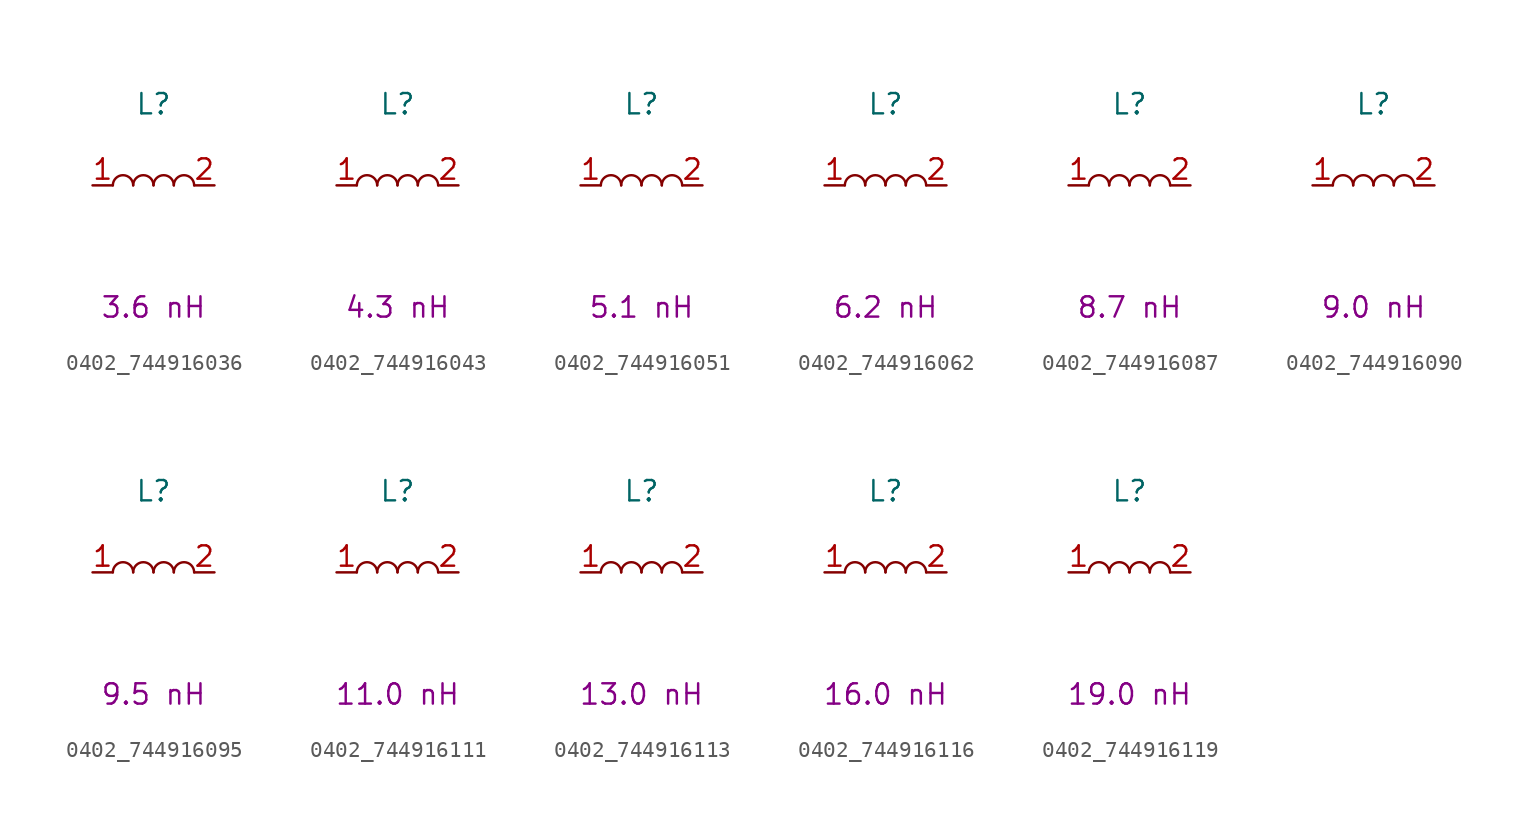
<source format=kicad_sym>
(kicad_symbol_lib
  (version 20220914)
  (generator kicad_symbol_editor)
  (symbol "0402_744916036"
    (pin_names hide)
    (property "Reference" "L"
      (at 0 5.08 0)
      (effects (font (size 1.27 1.27))))
    (property "Critical Parameter" "3.6 nH"
      (at 0 -7.62 0)
      (effects (font (size 1.27 1.27))))
    (symbol "0402_744916036_0_1"
      (arc (start -1.27 0) (mid -1.905 0.6323) (end -2.54 0) (stroke (width 0) (type default)) (fill (type none)))
      (arc (start 0 0) (mid -0.635 0.6323) (end -1.27 0) (stroke (width 0) (type default)) (fill (type none)))
      (arc (start 1.27 0) (mid 0.635 0.6323) (end 0 0) (stroke (width 0) (type default)) (fill (type none)))
      (arc (start 2.54 0) (mid 1.905 0.6323) (end 1.27 0) (stroke (width 0) (type default)) (fill (type none))))
    (symbol "0402_744916036_1_1"
      (pin passive line (at -3.81 0 0) (length 1.27) (name "1" (effects (font (size 1.27 1.27)))) (number "1" (effects (font (size 1.27 1.27)))))
      (pin passive line (at 3.81 0 180) (length 1.27) (name "2" (effects (font (size 1.27 1.27)))) (number "2" (effects (font (size 1.27 1.27)))))))
  (symbol "0402_744916043"
    (pin_names hide)
    (property "Reference" "L"
      (at 0 5.08 0)
      (effects (font (size 1.27 1.27))))
    (property "Critical Parameter" "4.3 nH"
      (at 0 -7.62 0)
      (effects (font (size 1.27 1.27))))
    (symbol "0402_744916043_0_1"
      (arc (start -1.27 0) (mid -1.905 0.6323) (end -2.54 0) (stroke (width 0) (type default)) (fill (type none)))
      (arc (start 0 0) (mid -0.635 0.6323) (end -1.27 0) (stroke (width 0) (type default)) (fill (type none)))
      (arc (start 1.27 0) (mid 0.635 0.6323) (end 0 0) (stroke (width 0) (type default)) (fill (type none)))
      (arc (start 2.54 0) (mid 1.905 0.6323) (end 1.27 0) (stroke (width 0) (type default)) (fill (type none))))
    (symbol "0402_744916043_1_1"
      (pin passive line (at -3.81 0 0) (length 1.27) (name "1" (effects (font (size 1.27 1.27)))) (number "1" (effects (font (size 1.27 1.27)))))
      (pin passive line (at 3.81 0 180) (length 1.27) (name "2" (effects (font (size 1.27 1.27)))) (number "2" (effects (font (size 1.27 1.27)))))))
  (symbol "0402_744916051"
    (pin_names hide)
    (property "Reference" "L"
      (at 0 5.08 0)
      (effects (font (size 1.27 1.27))))
    (property "Critical Parameter" "5.1 nH"
      (at 0 -7.62 0)
      (effects (font (size 1.27 1.27))))
    (symbol "0402_744916051_0_1"
      (arc (start -1.27 0) (mid -1.905 0.6323) (end -2.54 0) (stroke (width 0) (type default)) (fill (type none)))
      (arc (start 0 0) (mid -0.635 0.6323) (end -1.27 0) (stroke (width 0) (type default)) (fill (type none)))
      (arc (start 1.27 0) (mid 0.635 0.6323) (end 0 0) (stroke (width 0) (type default)) (fill (type none)))
      (arc (start 2.54 0) (mid 1.905 0.6323) (end 1.27 0) (stroke (width 0) (type default)) (fill (type none))))
    (symbol "0402_744916051_1_1"
      (pin passive line (at -3.81 0 0) (length 1.27) (name "1" (effects (font (size 1.27 1.27)))) (number "1" (effects (font (size 1.27 1.27)))))
      (pin passive line (at 3.81 0 180) (length 1.27) (name "2" (effects (font (size 1.27 1.27)))) (number "2" (effects (font (size 1.27 1.27)))))))
  (symbol "0402_744916062"
    (pin_names hide)
    (property "Reference" "L"
      (at 0 5.08 0)
      (effects (font (size 1.27 1.27))))
    (property "Critical Parameter" "6.2 nH"
      (at 0 -7.62 0)
      (effects (font (size 1.27 1.27))))
    (symbol "0402_744916062_0_1"
      (arc (start -1.27 0) (mid -1.905 0.6323) (end -2.54 0) (stroke (width 0) (type default)) (fill (type none)))
      (arc (start 0 0) (mid -0.635 0.6323) (end -1.27 0) (stroke (width 0) (type default)) (fill (type none)))
      (arc (start 1.27 0) (mid 0.635 0.6323) (end 0 0) (stroke (width 0) (type default)) (fill (type none)))
      (arc (start 2.54 0) (mid 1.905 0.6323) (end 1.27 0) (stroke (width 0) (type default)) (fill (type none))))
    (symbol "0402_744916062_1_1"
      (pin passive line (at -3.81 0 0) (length 1.27) (name "1" (effects (font (size 1.27 1.27)))) (number "1" (effects (font (size 1.27 1.27)))))
      (pin passive line (at 3.81 0 180) (length 1.27) (name "2" (effects (font (size 1.27 1.27)))) (number "2" (effects (font (size 1.27 1.27)))))))
  (symbol "0402_744916087"
    (pin_names hide)
    (property "Reference" "L"
      (at 0 5.08 0)
      (effects (font (size 1.27 1.27))))
    (property "Critical Parameter" "8.7 nH"
      (at 0 -7.62 0)
      (effects (font (size 1.27 1.27))))
    (symbol "0402_744916087_0_1"
      (arc (start -1.27 0) (mid -1.905 0.6323) (end -2.54 0) (stroke (width 0) (type default)) (fill (type none)))
      (arc (start 0 0) (mid -0.635 0.6323) (end -1.27 0) (stroke (width 0) (type default)) (fill (type none)))
      (arc (start 1.27 0) (mid 0.635 0.6323) (end 0 0) (stroke (width 0) (type default)) (fill (type none)))
      (arc (start 2.54 0) (mid 1.905 0.6323) (end 1.27 0) (stroke (width 0) (type default)) (fill (type none))))
    (symbol "0402_744916087_1_1"
      (pin passive line (at -3.81 0 0) (length 1.27) (name "1" (effects (font (size 1.27 1.27)))) (number "1" (effects (font (size 1.27 1.27)))))
      (pin passive line (at 3.81 0 180) (length 1.27) (name "2" (effects (font (size 1.27 1.27)))) (number "2" (effects (font (size 1.27 1.27)))))))
  (symbol "0402_744916090"
    (pin_names hide)
    (property "Reference" "L"
      (at 0 5.08 0)
      (effects (font (size 1.27 1.27))))
    (property "Critical Parameter" "9.0 nH"
      (at 0 -7.62 0)
      (effects (font (size 1.27 1.27))))
    (symbol "0402_744916090_0_1"
      (arc (start -1.27 0) (mid -1.905 0.6323) (end -2.54 0) (stroke (width 0) (type default)) (fill (type none)))
      (arc (start 0 0) (mid -0.635 0.6323) (end -1.27 0) (stroke (width 0) (type default)) (fill (type none)))
      (arc (start 1.27 0) (mid 0.635 0.6323) (end 0 0) (stroke (width 0) (type default)) (fill (type none)))
      (arc (start 2.54 0) (mid 1.905 0.6323) (end 1.27 0) (stroke (width 0) (type default)) (fill (type none))))
    (symbol "0402_744916090_1_1"
      (pin passive line (at -3.81 0 0) (length 1.27) (name "1" (effects (font (size 1.27 1.27)))) (number "1" (effects (font (size 1.27 1.27)))))
      (pin passive line (at 3.81 0 180) (length 1.27) (name "2" (effects (font (size 1.27 1.27)))) (number "2" (effects (font (size 1.27 1.27)))))))
  (symbol "0402_744916095"
    (pin_names hide)
    (property "Reference" "L"
      (at 0 5.08 0)
      (effects (font (size 1.27 1.27))))
    (property "Critical Parameter" "9.5 nH"
      (at 0 -7.62 0)
      (effects (font (size 1.27 1.27))))
    (symbol "0402_744916095_0_1"
      (arc (start -1.27 0) (mid -1.905 0.6323) (end -2.54 0) (stroke (width 0) (type default)) (fill (type none)))
      (arc (start 0 0) (mid -0.635 0.6323) (end -1.27 0) (stroke (width 0) (type default)) (fill (type none)))
      (arc (start 1.27 0) (mid 0.635 0.6323) (end 0 0) (stroke (width 0) (type default)) (fill (type none)))
      (arc (start 2.54 0) (mid 1.905 0.6323) (end 1.27 0) (stroke (width 0) (type default)) (fill (type none))))
    (symbol "0402_744916095_1_1"
      (pin passive line (at -3.81 0 0) (length 1.27) (name "1" (effects (font (size 1.27 1.27)))) (number "1" (effects (font (size 1.27 1.27)))))
      (pin passive line (at 3.81 0 180) (length 1.27) (name "2" (effects (font (size 1.27 1.27)))) (number "2" (effects (font (size 1.27 1.27)))))))
  (symbol "0402_744916111"
    (pin_names hide)
    (property "Reference" "L"
      (at 0 5.08 0)
      (effects (font (size 1.27 1.27))))
    (property "Critical Parameter" "11.0 nH"
      (at 0 -7.62 0)
      (effects (font (size 1.27 1.27))))
    (symbol "0402_744916111_0_1"
      (arc (start -1.27 0) (mid -1.905 0.6323) (end -2.54 0) (stroke (width 0) (type default)) (fill (type none)))
      (arc (start 0 0) (mid -0.635 0.6323) (end -1.27 0) (stroke (width 0) (type default)) (fill (type none)))
      (arc (start 1.27 0) (mid 0.635 0.6323) (end 0 0) (stroke (width 0) (type default)) (fill (type none)))
      (arc (start 2.54 0) (mid 1.905 0.6323) (end 1.27 0) (stroke (width 0) (type default)) (fill (type none))))
    (symbol "0402_744916111_1_1"
      (pin passive line (at -3.81 0 0) (length 1.27) (name "1" (effects (font (size 1.27 1.27)))) (number "1" (effects (font (size 1.27 1.27)))))
      (pin passive line (at 3.81 0 180) (length 1.27) (name "2" (effects (font (size 1.27 1.27)))) (number "2" (effects (font (size 1.27 1.27)))))))
  (symbol "0402_744916113"
    (pin_names hide)
    (property "Reference" "L"
      (at 0 5.08 0)
      (effects (font (size 1.27 1.27))))
    (property "Critical Parameter" "13.0 nH"
      (at 0 -7.62 0)
      (effects (font (size 1.27 1.27))))
    (symbol "0402_744916113_0_1"
      (arc (start -1.27 0) (mid -1.905 0.6323) (end -2.54 0) (stroke (width 0) (type default)) (fill (type none)))
      (arc (start 0 0) (mid -0.635 0.6323) (end -1.27 0) (stroke (width 0) (type default)) (fill (type none)))
      (arc (start 1.27 0) (mid 0.635 0.6323) (end 0 0) (stroke (width 0) (type default)) (fill (type none)))
      (arc (start 2.54 0) (mid 1.905 0.6323) (end 1.27 0) (stroke (width 0) (type default)) (fill (type none))))
    (symbol "0402_744916113_1_1"
      (pin passive line (at -3.81 0 0) (length 1.27) (name "1" (effects (font (size 1.27 1.27)))) (number "1" (effects (font (size 1.27 1.27)))))
      (pin passive line (at 3.81 0 180) (length 1.27) (name "2" (effects (font (size 1.27 1.27)))) (number "2" (effects (font (size 1.27 1.27)))))))
  (symbol "0402_744916116"
    (pin_names hide)
    (property "Reference" "L"
      (at 0 5.08 0)
      (effects (font (size 1.27 1.27))))
    (property "Critical Parameter" "16.0 nH"
      (at 0 -7.62 0)
      (effects (font (size 1.27 1.27))))
    (symbol "0402_744916116_0_1"
      (arc (start -1.27 0) (mid -1.905 0.6323) (end -2.54 0) (stroke (width 0) (type default)) (fill (type none)))
      (arc (start 0 0) (mid -0.635 0.6323) (end -1.27 0) (stroke (width 0) (type default)) (fill (type none)))
      (arc (start 1.27 0) (mid 0.635 0.6323) (end 0 0) (stroke (width 0) (type default)) (fill (type none)))
      (arc (start 2.54 0) (mid 1.905 0.6323) (end 1.27 0) (stroke (width 0) (type default)) (fill (type none))))
    (symbol "0402_744916116_1_1"
      (pin passive line (at -3.81 0 0) (length 1.27) (name "1" (effects (font (size 1.27 1.27)))) (number "1" (effects (font (size 1.27 1.27)))))
      (pin passive line (at 3.81 0 180) (length 1.27) (name "2" (effects (font (size 1.27 1.27)))) (number "2" (effects (font (size 1.27 1.27)))))))
  (symbol "0402_744916119"
    (pin_names hide)
    (property "Reference" "L"
      (at 0 5.08 0)
      (effects (font (size 1.27 1.27))))
    (property "Critical Parameter" "19.0 nH"
      (at 0 -7.62 0)
      (effects (font (size 1.27 1.27))))
    (symbol "0402_744916119_0_1"
      (arc (start -1.27 0) (mid -1.905 0.6323) (end -2.54 0) (stroke (width 0) (type default)) (fill (type none)))
      (arc (start 0 0) (mid -0.635 0.6323) (end -1.27 0) (stroke (width 0) (type default)) (fill (type none)))
      (arc (start 1.27 0) (mid 0.635 0.6323) (end 0 0) (stroke (width 0) (type default)) (fill (type none)))
      (arc (start 2.54 0) (mid 1.905 0.6323) (end 1.27 0) (stroke (width 0) (type default)) (fill (type none))))
    (symbol "0402_744916119_1_1"
      (pin passive line (at -3.81 0 0) (length 1.27) (name "1" (effects (font (size 1.27 1.27)))) (number "1" (effects (font (size 1.27 1.27)))))
      (pin passive line (at 3.81 0 180) (length 1.27) (name "2" (effects (font (size 1.27 1.27)))) (number "2" (effects (font (size 1.27 1.27))))))))
</source>
